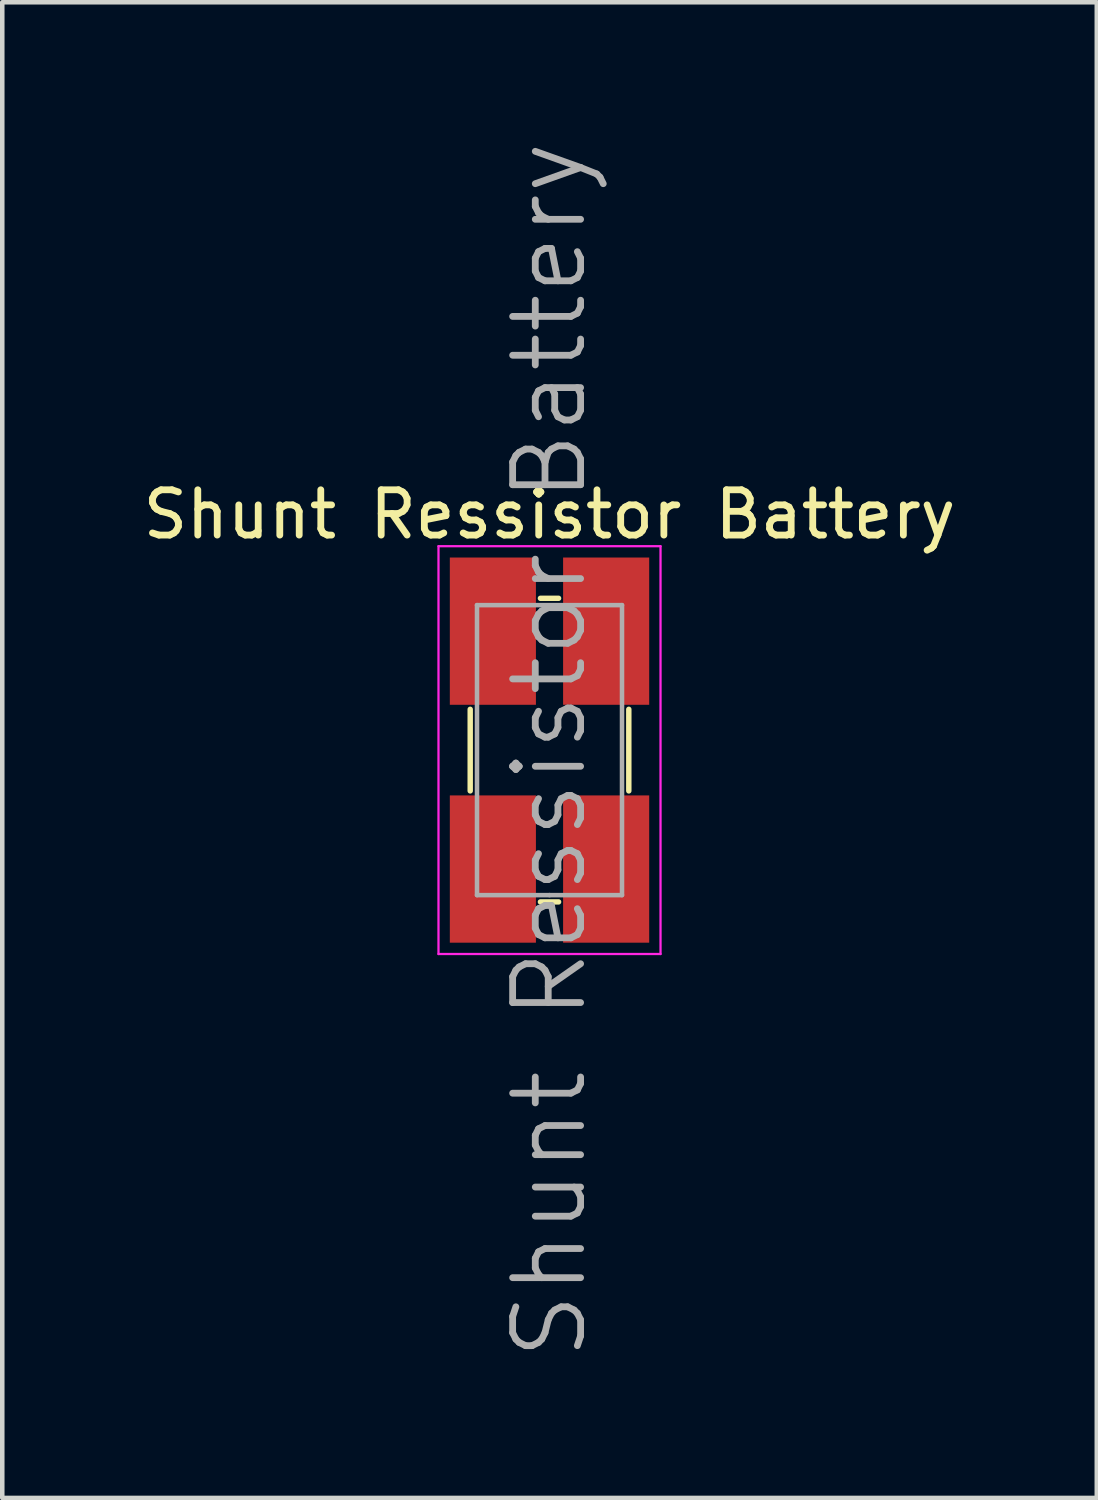
<source format=kicad_pcb>
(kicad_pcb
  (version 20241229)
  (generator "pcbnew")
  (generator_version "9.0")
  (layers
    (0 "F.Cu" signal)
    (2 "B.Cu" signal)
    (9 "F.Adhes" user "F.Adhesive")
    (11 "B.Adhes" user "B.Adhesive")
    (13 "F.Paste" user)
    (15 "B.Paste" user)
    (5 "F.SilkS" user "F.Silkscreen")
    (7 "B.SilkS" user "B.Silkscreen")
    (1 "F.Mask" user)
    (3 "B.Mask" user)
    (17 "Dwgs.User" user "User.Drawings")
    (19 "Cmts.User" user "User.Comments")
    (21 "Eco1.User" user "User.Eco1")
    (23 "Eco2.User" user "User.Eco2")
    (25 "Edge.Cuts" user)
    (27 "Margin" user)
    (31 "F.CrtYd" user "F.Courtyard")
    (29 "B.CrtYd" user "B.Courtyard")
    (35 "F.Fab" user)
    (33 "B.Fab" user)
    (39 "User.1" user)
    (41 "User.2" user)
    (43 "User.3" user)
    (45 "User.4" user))
  (footprint "Shunt Ressistor Battery"
    (layer "F.Cu")
    (at 9.077 13.504)
    (property "Reference" "Shunt Ressistor Battery" (at 0 -5.2 0) (layer "F.SilkS") (effects (font (size 1 1) (thickness 0.15))))
    (attr smd)
    (fp_line (start -1.75 0.9) (end -1.75 -0.9) (stroke (width 0.12) (type solid)) (layer "F.SilkS"))
    (fp_line (start 0.2 -3.35) (end -0.2 -3.35) (stroke (width 0.12) (type solid)) (layer "F.SilkS"))
    (fp_line (start 0.2 3.35) (end -0.2 3.35) (stroke (width 0.12) (type solid)) (layer "F.SilkS"))
    (fp_line (start 1.75 -0.9) (end 1.75 0.9) (stroke (width 0.12) (type solid)) (layer "F.SilkS"))
    (fp_line (start -2.45 -4.5) (end 2.45 -4.5) (stroke (width 0.05) (type solid)) (layer "F.CrtYd"))
    (fp_line (start -2.45 4.5) (end -2.45 -4.5) (stroke (width 0.05) (type solid)) (layer "F.CrtYd"))
    (fp_line (start 2.45 -4.5) (end 2.45 4.5) (stroke (width 0.05) (type solid)) (layer "F.CrtYd"))
    (fp_line (start 2.45 4.5) (end -2.45 4.5) (stroke (width 0.05) (type solid)) (layer "F.CrtYd"))
    (fp_line (start -1.6 -3.2) (end 1.6 -3.2) (stroke (width 0.1) (type solid)) (layer "F.Fab"))
    (fp_line (start -1.6 3.2) (end -1.6 -3.2) (stroke (width 0.1) (type solid)) (layer "F.Fab"))
    (fp_line (start 0 3.2) (end -1.6 3.2) (stroke (width 0.1) (type solid)) (layer "F.Fab"))
    (fp_line (start 1.6 -3.2) (end 1.6 3.2) (stroke (width 0.1) (type solid)) (layer "F.Fab"))
    (fp_line (start 1.6 3.2) (end 0 3.2) (stroke (width 0.1) (type solid)) (layer "F.Fab"))
    (fp_text user "${REFERENCE}" (at 0 0 90) (layer "F.Fab") (effects (font (size 1.5 1.5) (thickness 0.15))))
    (pad "1" smd rect (at -1.25 -2.625) (size 1.9 3.25) (layers "F.Cu" "F.Mask" "F.Paste"))
    (pad "2" smd rect (at 1.25 -2.625) (size 1.9 3.25) (layers "F.Cu" "F.Mask" "F.Paste"))
    (pad "3" smd rect (at 1.25 2.625) (size 1.9 3.25) (layers "F.Cu" "F.Mask" "F.Paste"))
    (pad "4" smd rect (at -1.25 2.625) (size 1.9 3.25) (layers "F.Cu" "F.Mask" "F.Paste")))
  (gr_rect
    (start -3 -3)
    (end 21.155 30.007)
    (stroke (width 0.1) (type default))
    (fill no)
    (layer "Edge.Cuts")))
</source>
